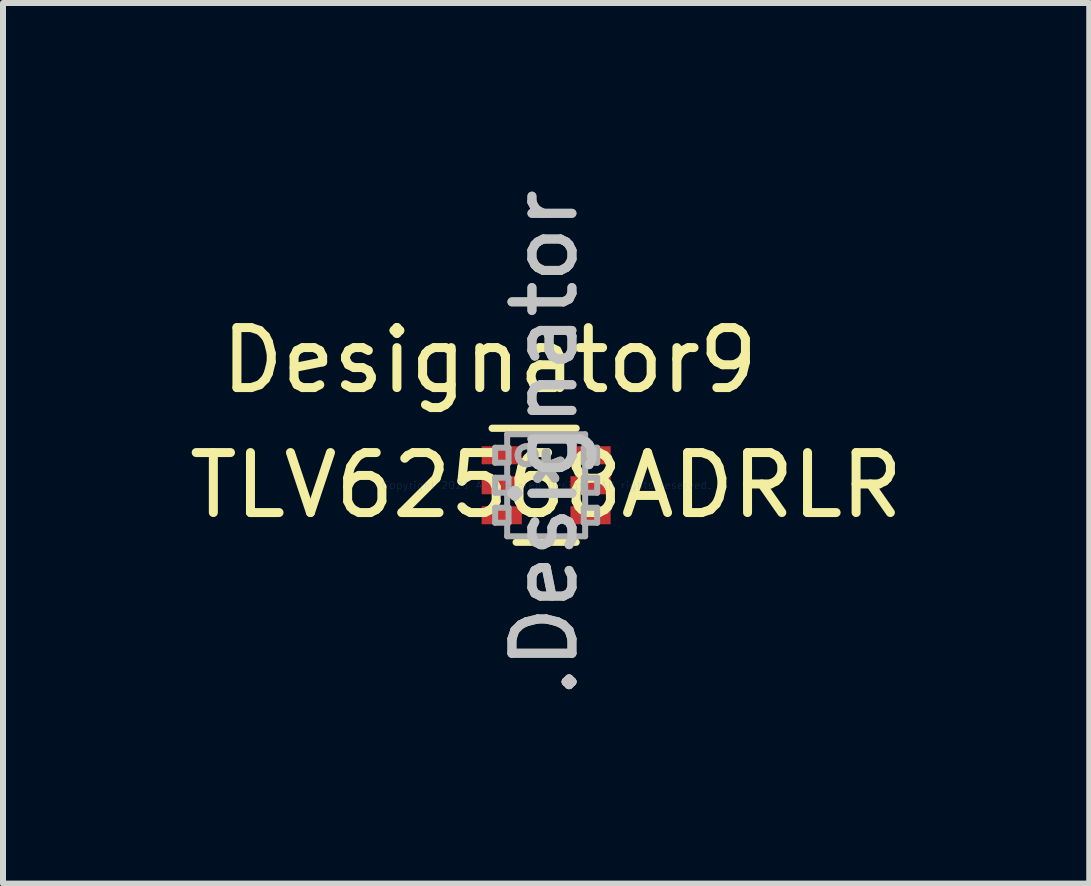
<source format=kicad_pcb>
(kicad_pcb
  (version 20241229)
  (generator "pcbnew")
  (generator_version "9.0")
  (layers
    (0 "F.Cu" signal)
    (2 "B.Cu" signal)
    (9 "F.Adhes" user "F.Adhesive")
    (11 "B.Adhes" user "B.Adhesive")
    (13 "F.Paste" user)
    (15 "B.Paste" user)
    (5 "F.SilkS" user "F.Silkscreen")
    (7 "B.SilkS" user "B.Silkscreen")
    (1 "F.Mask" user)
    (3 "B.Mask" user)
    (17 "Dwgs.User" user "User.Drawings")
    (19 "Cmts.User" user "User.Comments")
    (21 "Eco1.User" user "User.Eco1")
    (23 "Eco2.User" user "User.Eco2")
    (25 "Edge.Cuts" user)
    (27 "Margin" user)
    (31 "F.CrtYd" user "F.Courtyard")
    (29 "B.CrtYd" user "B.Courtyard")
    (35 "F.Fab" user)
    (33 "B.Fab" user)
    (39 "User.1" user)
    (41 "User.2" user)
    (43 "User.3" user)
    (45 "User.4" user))
  (footprint "TLV62568ADRLR"
    (layer "F.Cu")
    (at 6.054 5.039)
    (property "Reference" "TLV62568ADRLR" (at 0 0 0) (layer "F.SilkS") (effects (font (size 1 1) (thickness 0.15))))
    (attr through_hole)
    (fp_line (start -0.9 -0.95) (end 0.5 -0.95) (stroke (width 0.12) (type solid)) (layer "F.SilkS"))
    (fp_line (start -0.5 0.95) (end 0.5 0.95) (stroke (width 0.12) (type solid)) (layer "F.SilkS"))
    (fp_line (start -0.85 -0.625) (end -0.627 -0.625) (stroke (width 0.1) (type solid)) (layer "F.Fab"))
    (fp_line (start -0.85 -0.375) (end -0.85 -0.625) (stroke (width 0.1) (type solid)) (layer "F.Fab"))
    (fp_line (start -0.85 -0.375) (end -0.627 -0.375) (stroke (width 0.1) (type solid)) (layer "F.Fab"))
    (fp_line (start -0.85 -0.125) (end -0.627 -0.125) (stroke (width 0.1) (type solid)) (layer "F.Fab"))
    (fp_line (start -0.85 0.125) (end -0.85 -0.125) (stroke (width 0.1) (type solid)) (layer "F.Fab"))
    (fp_line (start -0.85 0.125) (end -0.627 0.125) (stroke (width 0.1) (type solid)) (layer "F.Fab"))
    (fp_line (start -0.85 0.375) (end -0.627 0.375) (stroke (width 0.1) (type solid)) (layer "F.Fab"))
    (fp_line (start -0.85 0.625) (end -0.85 0.375) (stroke (width 0.1) (type solid)) (layer "F.Fab"))
    (fp_line (start -0.85 0.625) (end -0.627 0.625) (stroke (width 0.1) (type solid)) (layer "F.Fab"))
    (fp_line (start -0.65 -0.85) (end 0.65 -0.85) (stroke (width 0.1) (type solid)) (layer "F.Fab"))
    (fp_line (start -0.65 -0.625) (end -0.65 -0.85) (stroke (width 0.1) (type solid)) (layer "F.Fab"))
    (fp_line (start -0.65 -0.125) (end -0.65 -0.375) (stroke (width 0.1) (type solid)) (layer "F.Fab"))
    (fp_line (start -0.65 0.375) (end -0.65 0.125) (stroke (width 0.1) (type solid)) (layer "F.Fab"))
    (fp_line (start -0.65 0.85) (end -0.65 0.625) (stroke (width 0.1) (type solid)) (layer "F.Fab"))
    (fp_line (start -0.65 0.85) (end 0.65 0.85) (stroke (width 0.1) (type solid)) (layer "F.Fab"))
    (fp_line (start -0.627 -0.375) (end -0.627 -0.625) (stroke (width 0.1) (type solid)) (layer "F.Fab"))
    (fp_line (start -0.627 0.125) (end -0.627 -0.125) (stroke (width 0.1) (type solid)) (layer "F.Fab"))
    (fp_line (start -0.627 0.625) (end -0.627 0.375) (stroke (width 0.1) (type solid)) (layer "F.Fab"))
    (fp_line (start 0.627 -0.625) (end 0.85 -0.625) (stroke (width 0.1) (type solid)) (layer "F.Fab"))
    (fp_line (start 0.627 -0.375) (end 0.627 -0.625) (stroke (width 0.1) (type solid)) (layer "F.Fab"))
    (fp_line (start 0.627 -0.375) (end 0.85 -0.375) (stroke (width 0.1) (type solid)) (layer "F.Fab"))
    (fp_line (start 0.627 -0.125) (end 0.85 -0.125) (stroke (width 0.1) (type solid)) (layer "F.Fab"))
    (fp_line (start 0.627 0.125) (end 0.627 -0.125) (stroke (width 0.1) (type solid)) (layer "F.Fab"))
    (fp_line (start 0.627 0.125) (end 0.85 0.125) (stroke (width 0.1) (type solid)) (layer "F.Fab"))
    (fp_line (start 0.627 0.375) (end 0.85 0.375) (stroke (width 0.1) (type solid)) (layer "F.Fab"))
    (fp_line (start 0.627 0.625) (end 0.627 0.375) (stroke (width 0.1) (type solid)) (layer "F.Fab"))
    (fp_line (start 0.627 0.625) (end 0.85 0.625) (stroke (width 0.1) (type solid)) (layer "F.Fab"))
    (fp_line (start 0.65 -0.625) (end 0.65 -0.85) (stroke (width 0.1) (type solid)) (layer "F.Fab"))
    (fp_line (start 0.65 0.375) (end 0.65 -0.375) (stroke (width 0.1) (type solid)) (layer "F.Fab"))
    (fp_line (start 0.65 0.85) (end 0.65 0.625) (stroke (width 0.1) (type solid)) (layer "F.Fab"))
    (fp_line (start 0.85 -0.375) (end 0.85 -0.625) (stroke (width 0.1) (type solid)) (layer "F.Fab"))
    (fp_line (start 0.85 0.625) (end 0.85 0.375) (stroke (width 0.1) (type solid)) (layer "F.Fab"))
    (fp_line (start 0.85 0.125) (end 0.85 -0.125) (stroke (width 0.1) (type solid)) (layer "F.Fab"))
    (fp_circle (center -0.325 -0.5) (end -0.175 -0.5) (stroke (width 0.1) (type solid)) (fill no) (layer "F.Fab"))
    (fp_circle (center -0.325 -0.5) (end -0.175 -0.5) (stroke (width 0.1) (type solid)) (fill no) (layer "F.Fab"))
    (fp_text user "Designator9" (at -0.94 -2.083 0) (layer "F.SilkS") (effects (font (size 1 1) (thickness 0.15))))
    (fp_text user "*" (at 0 0 0) (layer "F.SilkS") (effects (font (size 1 1) (thickness 0.15))))
    (fp_text user ".Designator" (at -0.025 -0.7 270) (layer "Dwgs.User") (effects (font (size 1 1) (thickness 0.15))))
    (fp_text user "Copyright 2021 Accelerated Designs. All rights reserved." (at 0 0 0) (layer "Cmts.User") (effects (font (size 0.127 0.127) (thickness 0.002))))
    (fp_text user ".Designator" (at -0.025 -0.7 270) (layer "F.Fab") (effects (font (size 1 1) (thickness 0.15))))
    (fp_text user "*" (at 0 0 0) (layer "F.Fab") (effects (font (size 1 1) (thickness 0.15))))
    (pad "1" smd rect (at -0.74 -0.5 90) (size 0.3 0.67) (layers "F.Cu" "F.Mask" "F.Paste"))
    (pad "2" smd rect (at -0.74 -0.000003 90) (size 0.3 0.67) (layers "F.Cu" "F.Mask" "F.Paste"))
    (pad "3" smd rect (at -0.74 0.5 90) (size 0.3 0.67) (layers "F.Cu" "F.Mask" "F.Paste"))
    (pad "4" smd rect (at 0.74 0.5 90) (size 0.3 0.67) (layers "F.Cu" "F.Mask" "F.Paste"))
    (pad "5" smd rect (at 0.74 -0.000003 90) (size 0.3 0.67) (layers "F.Cu" "F.Mask" "F.Paste"))
    (pad "6" smd rect (at 0.74 -0.5 90) (size 0.3 0.67) (layers "F.Cu" "F.Mask" "F.Paste")))
  (gr_rect
    (start -3 -3)
    (end 15.107 11.679)
    (stroke (width 0.1) (type default))
    (fill no)
    (layer "Edge.Cuts")))
</source>
